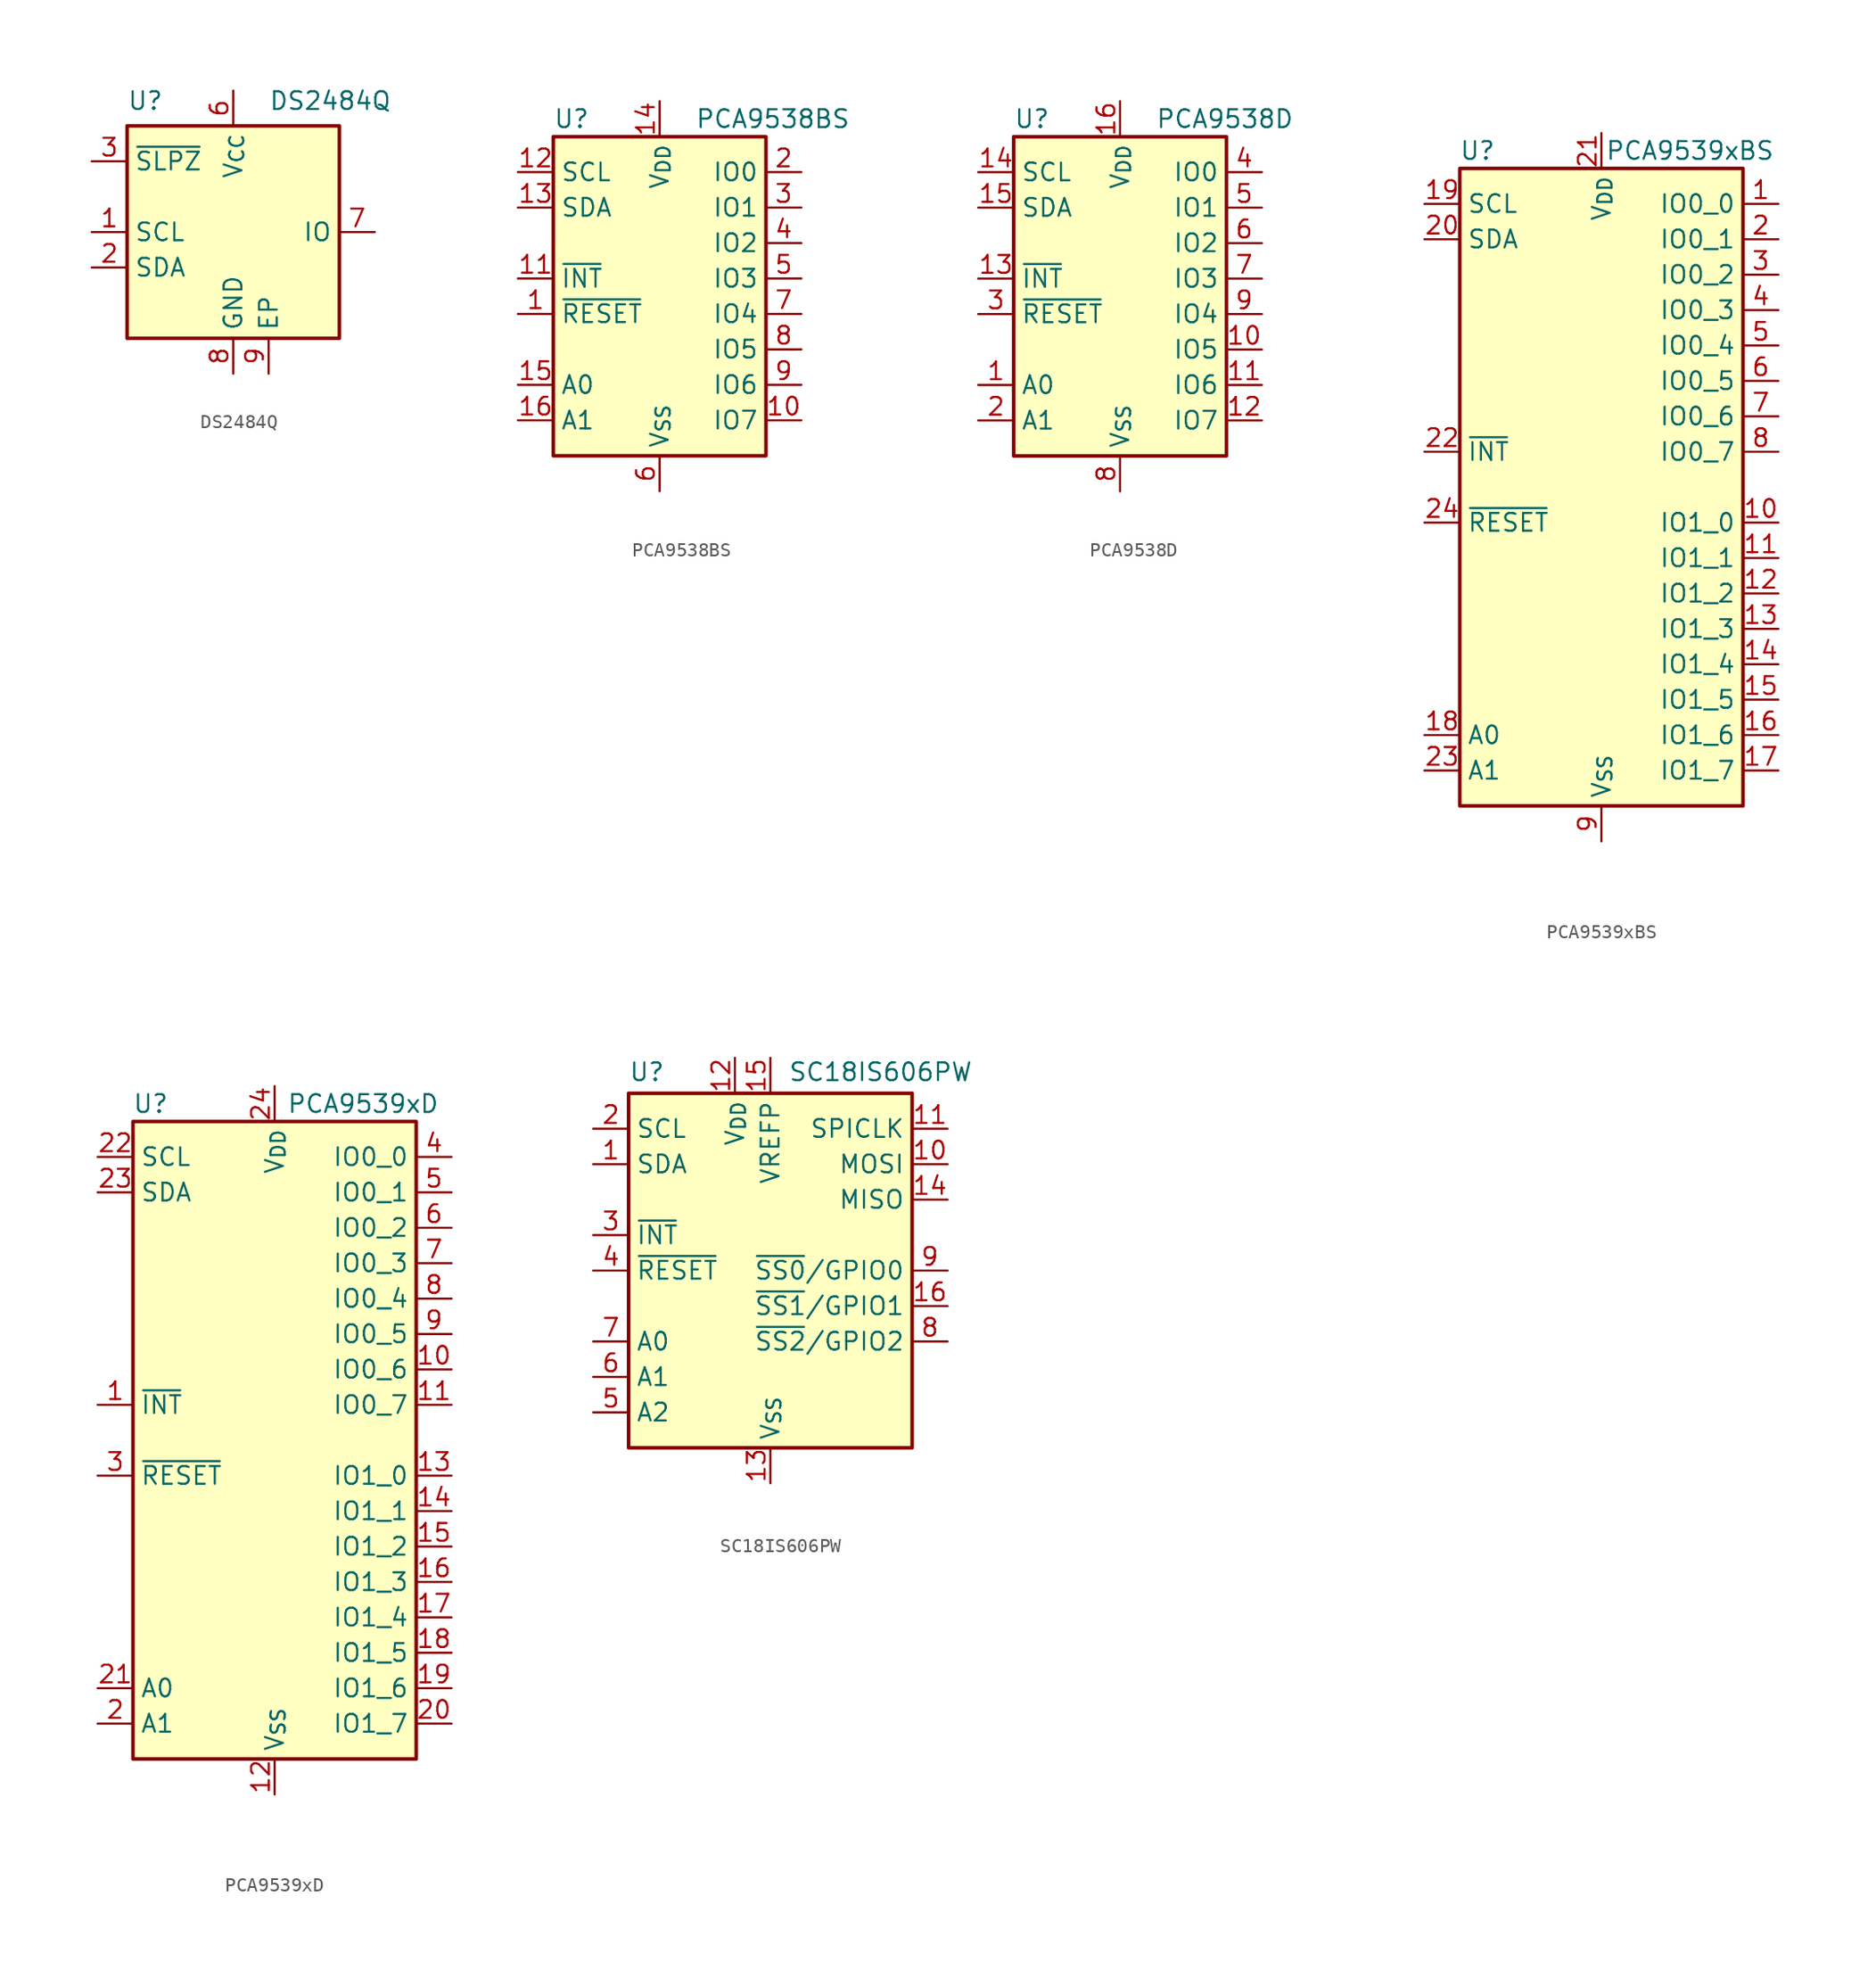
<source format=kicad_sym>
(kicad_symbol_lib
  (version 20241209)
  (generator "kicad_symbol_editor")
  (generator_version "9.0")
  (symbol "DS2484Q"
    (property "Reference" "U"
      (at -7.62 10.16 0)
      (effects (font (size 1.27 1.27)) (justify left top)))
    (property "Value" "DS2484Q"
      (at 2.54 10.16 0)
      (effects (font (size 1.27 1.27)) (justify left top)))
    (symbol "DS2484Q_1_1"
      (rectangle (start -7.62 7.62) (end 7.62 -7.62) (stroke (width 0.254) (type default)) (fill (type background)))
      (pin input line (at -10.16 5.08 0) (length 2.54) (name "~{SLPZ}" (effects (font (size 1.27 1.27)))) (number "3" (effects (font (size 1.27 1.27)))))
      (pin input line (at -10.16 0 0) (length 2.54) (name "SCL" (effects (font (size 1.27 1.27)))) (number "1" (effects (font (size 1.27 1.27)))))
      (pin bidirectional line (at -10.16 -2.54 0) (length 2.54) (name "SDA" (effects (font (size 1.27 1.27)))) (number "2" (effects (font (size 1.27 1.27)))))
      (pin power_in line (at 0 10.16 270) (length 2.54) (name "V_{CC}" (effects (font (size 1.27 1.27)))) (number "6" (effects (font (size 1.27 1.27)))))
      (pin power_in line (at 0 -10.16 90) (length 2.54) (name "GND" (effects (font (size 1.27 1.27)))) (number "8" (effects (font (size 1.27 1.27)))))
      (pin passive line (at 2.54 -10.16 90) (length 2.54) (name "EP" (effects (font (size 1.27 1.27)))) (number "9" (effects (font (size 1.27 1.27)))))
      (pin no_connect line (at 7.62 5.08 180) (length 2.54) (hide yes) (name "N.C." (effects (font (size 1.27 1.27)))) (number "4" (effects (font (size 1.27 1.27)))))
      (pin no_connect line (at 7.62 2.54 180) (length 2.54) (hide yes) (name "N.C." (effects (font (size 1.27 1.27)))) (number "5" (effects (font (size 1.27 1.27)))))
      (pin bidirectional line (at 10.16 0 180) (length 2.54) (name "IO" (effects (font (size 1.27 1.27)))) (number "7" (effects (font (size 1.27 1.27)))))))
  (symbol "PCA9538BS"
    (property "Reference" "U"
      (at -7.62 13.97 0)
      (effects (font (size 1.27 1.27)) (justify left)))
    (property "Value" "PCA9538BS"
      (at 2.54 13.97 0)
      (effects (font (size 1.27 1.27)) (justify left)))
    (symbol "PCA9538BS_0_1"
      (rectangle (start -7.62 12.7) (end 7.62 -10.16) (stroke (width 0.254) (type default)) (fill (type background))))
    (symbol "PCA9538BS_1_1"
      (pin input line (at -10.16 10.16 0) (length 2.54) (name "SCL" (effects (font (size 1.27 1.27)))) (number "12" (effects (font (size 1.27 1.27)))))
      (pin bidirectional line (at -10.16 7.62 0) (length 2.54) (name "SDA" (effects (font (size 1.27 1.27)))) (number "13" (effects (font (size 1.27 1.27)))))
      (pin open_collector line (at -10.16 2.54 0) (length 2.54) (name "~{INT}" (effects (font (size 1.27 1.27)))) (number "11" (effects (font (size 1.27 1.27)))))
      (pin input line (at -10.16 0 0) (length 2.54) (name "~{RESET}" (effects (font (size 1.27 1.27)))) (number "1" (effects (font (size 1.27 1.27)))))
      (pin input line (at -10.16 -5.08 0) (length 2.54) (name "A0" (effects (font (size 1.27 1.27)))) (number "15" (effects (font (size 1.27 1.27)))))
      (pin input line (at -10.16 -7.62 0) (length 2.54) (name "A1" (effects (font (size 1.27 1.27)))) (number "16" (effects (font (size 1.27 1.27)))))
      (pin power_in line (at 0 15.24 270) (length 2.54) (name "V_{DD}" (effects (font (size 1.27 1.27)))) (number "14" (effects (font (size 1.27 1.27)))))
      (pin passive line (at 0 -12.7 90) (length 2.54) (hide yes) (name "V_{SS}" (effects (font (size 1.27 1.27)))) (number "17" (effects (font (size 1.27 1.27)))))
      (pin power_in line (at 0 -12.7 90) (length 2.54) (name "V_{SS}" (effects (font (size 1.27 1.27)))) (number "6" (effects (font (size 1.27 1.27)))))
      (pin bidirectional line (at 10.16 10.16 180) (length 2.54) (name "IO0" (effects (font (size 1.27 1.27)))) (number "2" (effects (font (size 1.27 1.27)))))
      (pin bidirectional line (at 10.16 7.62 180) (length 2.54) (name "IO1" (effects (font (size 1.27 1.27)))) (number "3" (effects (font (size 1.27 1.27)))))
      (pin bidirectional line (at 10.16 5.08 180) (length 2.54) (name "IO2" (effects (font (size 1.27 1.27)))) (number "4" (effects (font (size 1.27 1.27)))))
      (pin bidirectional line (at 10.16 2.54 180) (length 2.54) (name "IO3" (effects (font (size 1.27 1.27)))) (number "5" (effects (font (size 1.27 1.27)))))
      (pin bidirectional line (at 10.16 0 180) (length 2.54) (name "IO4" (effects (font (size 1.27 1.27)))) (number "7" (effects (font (size 1.27 1.27)))))
      (pin bidirectional line (at 10.16 -2.54 180) (length 2.54) (name "IO5" (effects (font (size 1.27 1.27)))) (number "8" (effects (font (size 1.27 1.27)))))
      (pin bidirectional line (at 10.16 -5.08 180) (length 2.54) (name "IO6" (effects (font (size 1.27 1.27)))) (number "9" (effects (font (size 1.27 1.27)))))
      (pin bidirectional line (at 10.16 -7.62 180) (length 2.54) (name "IO7" (effects (font (size 1.27 1.27)))) (number "10" (effects (font (size 1.27 1.27)))))))
  (symbol "PCA9538D"
    (property "Reference" "U"
      (at -7.62 13.97 0)
      (effects (font (size 1.27 1.27)) (justify left)))
    (property "Value" "PCA9538D"
      (at 2.54 13.97 0)
      (effects (font (size 1.27 1.27)) (justify left)))
    (symbol "PCA9538D_0_1"
      (rectangle (start -7.62 12.7) (end 7.62 -10.16) (stroke (width 0.254) (type default)) (fill (type background))))
    (symbol "PCA9538D_1_1"
      (pin input line (at -10.16 10.16 0) (length 2.54) (name "SCL" (effects (font (size 1.27 1.27)))) (number "14" (effects (font (size 1.27 1.27)))))
      (pin bidirectional line (at -10.16 7.62 0) (length 2.54) (name "SDA" (effects (font (size 1.27 1.27)))) (number "15" (effects (font (size 1.27 1.27)))))
      (pin open_collector line (at -10.16 2.54 0) (length 2.54) (name "~{INT}" (effects (font (size 1.27 1.27)))) (number "13" (effects (font (size 1.27 1.27)))))
      (pin input line (at -10.16 0 0) (length 2.54) (name "~{RESET}" (effects (font (size 1.27 1.27)))) (number "3" (effects (font (size 1.27 1.27)))))
      (pin input line (at -10.16 -5.08 0) (length 2.54) (name "A0" (effects (font (size 1.27 1.27)))) (number "1" (effects (font (size 1.27 1.27)))))
      (pin input line (at -10.16 -7.62 0) (length 2.54) (name "A1" (effects (font (size 1.27 1.27)))) (number "2" (effects (font (size 1.27 1.27)))))
      (pin power_in line (at 0 15.24 270) (length 2.54) (name "V_{DD}" (effects (font (size 1.27 1.27)))) (number "16" (effects (font (size 1.27 1.27)))))
      (pin power_in line (at 0 -12.7 90) (length 2.54) (name "V_{SS}" (effects (font (size 1.27 1.27)))) (number "8" (effects (font (size 1.27 1.27)))))
      (pin bidirectional line (at 10.16 10.16 180) (length 2.54) (name "IO0" (effects (font (size 1.27 1.27)))) (number "4" (effects (font (size 1.27 1.27)))))
      (pin bidirectional line (at 10.16 7.62 180) (length 2.54) (name "IO1" (effects (font (size 1.27 1.27)))) (number "5" (effects (font (size 1.27 1.27)))))
      (pin bidirectional line (at 10.16 5.08 180) (length 2.54) (name "IO2" (effects (font (size 1.27 1.27)))) (number "6" (effects (font (size 1.27 1.27)))))
      (pin bidirectional line (at 10.16 2.54 180) (length 2.54) (name "IO3" (effects (font (size 1.27 1.27)))) (number "7" (effects (font (size 1.27 1.27)))))
      (pin bidirectional line (at 10.16 0 180) (length 2.54) (name "IO4" (effects (font (size 1.27 1.27)))) (number "9" (effects (font (size 1.27 1.27)))))
      (pin bidirectional line (at 10.16 -2.54 180) (length 2.54) (name "IO5" (effects (font (size 1.27 1.27)))) (number "10" (effects (font (size 1.27 1.27)))))
      (pin bidirectional line (at 10.16 -5.08 180) (length 2.54) (name "IO6" (effects (font (size 1.27 1.27)))) (number "11" (effects (font (size 1.27 1.27)))))
      (pin bidirectional line (at 10.16 -7.62 180) (length 2.54) (name "IO7" (effects (font (size 1.27 1.27)))) (number "12" (effects (font (size 1.27 1.27)))))))
  (symbol "PCA9539xBS"
    (property "Reference" "U"
      (at -8.89 24.13 0)
      (effects (font (size 1.27 1.27))))
    (property "Value" "PCA9539xBS"
      (at 6.35 24.13 0)
      (effects (font (size 1.27 1.27))))
    (symbol "PCA9539xBS_0_1"
      (rectangle (start -10.16 22.86) (end 10.16 -22.86) (stroke (width 0.254) (type default)) (fill (type background))))
    (symbol "PCA9539xBS_1_1"
      (pin input line (at -12.7 20.32 0) (length 2.54) (name "SCL" (effects (font (size 1.27 1.27)))) (number "19" (effects (font (size 1.27 1.27)))))
      (pin bidirectional line (at -12.7 17.78 0) (length 2.54) (name "SDA" (effects (font (size 1.27 1.27)))) (number "20" (effects (font (size 1.27 1.27)))))
      (pin open_collector line (at -12.7 2.54 0) (length 2.54) (name "~{INT}" (effects (font (size 1.27 1.27)))) (number "22" (effects (font (size 1.27 1.27)))))
      (pin input line (at -12.7 -2.54 0) (length 2.54) (name "~{RESET}" (effects (font (size 1.27 1.27)))) (number "24" (effects (font (size 1.27 1.27)))))
      (pin input line (at -12.7 -17.78 0) (length 2.54) (name "A0" (effects (font (size 1.27 1.27)))) (number "18" (effects (font (size 1.27 1.27)))))
      (pin input line (at -12.7 -20.32 0) (length 2.54) (name "A1" (effects (font (size 1.27 1.27)))) (number "23" (effects (font (size 1.27 1.27)))))
      (pin power_in line (at 0 25.4 270) (length 2.54) (name "V_{DD}" (effects (font (size 1.27 1.27)))) (number "21" (effects (font (size 1.27 1.27)))))
      (pin passive line (at 0 -25.4 90) (length 2.54) (hide yes) (name "V_{SS}" (effects (font (size 1.27 1.27)))) (number "25" (effects (font (size 1.27 1.27)))))
      (pin power_in line (at 0 -25.4 90) (length 2.54) (name "V_{SS}" (effects (font (size 1.27 1.27)))) (number "9" (effects (font (size 1.27 1.27)))))
      (pin bidirectional line (at 12.7 20.32 180) (length 2.54) (name "IO0_0" (effects (font (size 1.27 1.27)))) (number "1" (effects (font (size 1.27 1.27)))))
      (pin bidirectional line (at 12.7 17.78 180) (length 2.54) (name "IO0_1" (effects (font (size 1.27 1.27)))) (number "2" (effects (font (size 1.27 1.27)))))
      (pin bidirectional line (at 12.7 15.24 180) (length 2.54) (name "IO0_2" (effects (font (size 1.27 1.27)))) (number "3" (effects (font (size 1.27 1.27)))))
      (pin bidirectional line (at 12.7 12.7 180) (length 2.54) (name "IO0_3" (effects (font (size 1.27 1.27)))) (number "4" (effects (font (size 1.27 1.27)))))
      (pin bidirectional line (at 12.7 10.16 180) (length 2.54) (name "IO0_4" (effects (font (size 1.27 1.27)))) (number "5" (effects (font (size 1.27 1.27)))))
      (pin bidirectional line (at 12.7 7.62 180) (length 2.54) (name "IO0_5" (effects (font (size 1.27 1.27)))) (number "6" (effects (font (size 1.27 1.27)))))
      (pin bidirectional line (at 12.7 5.08 180) (length 2.54) (name "IO0_6" (effects (font (size 1.27 1.27)))) (number "7" (effects (font (size 1.27 1.27)))))
      (pin bidirectional line (at 12.7 2.54 180) (length 2.54) (name "IO0_7" (effects (font (size 1.27 1.27)))) (number "8" (effects (font (size 1.27 1.27)))))
      (pin bidirectional line (at 12.7 -2.54 180) (length 2.54) (name "IO1_0" (effects (font (size 1.27 1.27)))) (number "10" (effects (font (size 1.27 1.27)))))
      (pin bidirectional line (at 12.7 -5.08 180) (length 2.54) (name "IO1_1" (effects (font (size 1.27 1.27)))) (number "11" (effects (font (size 1.27 1.27)))))
      (pin bidirectional line (at 12.7 -7.62 180) (length 2.54) (name "IO1_2" (effects (font (size 1.27 1.27)))) (number "12" (effects (font (size 1.27 1.27)))))
      (pin bidirectional line (at 12.7 -10.16 180) (length 2.54) (name "IO1_3" (effects (font (size 1.27 1.27)))) (number "13" (effects (font (size 1.27 1.27)))))
      (pin bidirectional line (at 12.7 -12.7 180) (length 2.54) (name "IO1_4" (effects (font (size 1.27 1.27)))) (number "14" (effects (font (size 1.27 1.27)))))
      (pin bidirectional line (at 12.7 -15.24 180) (length 2.54) (name "IO1_5" (effects (font (size 1.27 1.27)))) (number "15" (effects (font (size 1.27 1.27)))))
      (pin bidirectional line (at 12.7 -17.78 180) (length 2.54) (name "IO1_6" (effects (font (size 1.27 1.27)))) (number "16" (effects (font (size 1.27 1.27)))))
      (pin bidirectional line (at 12.7 -20.32 180) (length 2.54) (name "IO1_7" (effects (font (size 1.27 1.27)))) (number "17" (effects (font (size 1.27 1.27)))))))
  (symbol "PCA9539xD"
    (property "Reference" "U"
      (at -8.89 24.13 0)
      (effects (font (size 1.27 1.27))))
    (property "Value" "PCA9539xD"
      (at 6.35 24.13 0)
      (effects (font (size 1.27 1.27))))
    (symbol "PCA9539xD_0_1"
      (rectangle (start -10.16 22.86) (end 10.16 -22.86) (stroke (width 0.254) (type default)) (fill (type background))))
    (symbol "PCA9539xD_1_1"
      (pin input line (at -12.7 20.32 0) (length 2.54) (name "SCL" (effects (font (size 1.27 1.27)))) (number "22" (effects (font (size 1.27 1.27)))))
      (pin bidirectional line (at -12.7 17.78 0) (length 2.54) (name "SDA" (effects (font (size 1.27 1.27)))) (number "23" (effects (font (size 1.27 1.27)))))
      (pin open_collector line (at -12.7 2.54 0) (length 2.54) (name "~{INT}" (effects (font (size 1.27 1.27)))) (number "1" (effects (font (size 1.27 1.27)))))
      (pin input line (at -12.7 -2.54 0) (length 2.54) (name "~{RESET}" (effects (font (size 1.27 1.27)))) (number "3" (effects (font (size 1.27 1.27)))))
      (pin input line (at -12.7 -17.78 0) (length 2.54) (name "A0" (effects (font (size 1.27 1.27)))) (number "21" (effects (font (size 1.27 1.27)))))
      (pin input line (at -12.7 -20.32 0) (length 2.54) (name "A1" (effects (font (size 1.27 1.27)))) (number "2" (effects (font (size 1.27 1.27)))))
      (pin power_in line (at 0 25.4 270) (length 2.54) (name "V_{DD}" (effects (font (size 1.27 1.27)))) (number "24" (effects (font (size 1.27 1.27)))))
      (pin power_in line (at 0 -25.4 90) (length 2.54) (name "V_{SS}" (effects (font (size 1.27 1.27)))) (number "12" (effects (font (size 1.27 1.27)))))
      (pin bidirectional line (at 12.7 20.32 180) (length 2.54) (name "IO0_0" (effects (font (size 1.27 1.27)))) (number "4" (effects (font (size 1.27 1.27)))))
      (pin bidirectional line (at 12.7 17.78 180) (length 2.54) (name "IO0_1" (effects (font (size 1.27 1.27)))) (number "5" (effects (font (size 1.27 1.27)))))
      (pin bidirectional line (at 12.7 15.24 180) (length 2.54) (name "IO0_2" (effects (font (size 1.27 1.27)))) (number "6" (effects (font (size 1.27 1.27)))))
      (pin bidirectional line (at 12.7 12.7 180) (length 2.54) (name "IO0_3" (effects (font (size 1.27 1.27)))) (number "7" (effects (font (size 1.27 1.27)))))
      (pin bidirectional line (at 12.7 10.16 180) (length 2.54) (name "IO0_4" (effects (font (size 1.27 1.27)))) (number "8" (effects (font (size 1.27 1.27)))))
      (pin bidirectional line (at 12.7 7.62 180) (length 2.54) (name "IO0_5" (effects (font (size 1.27 1.27)))) (number "9" (effects (font (size 1.27 1.27)))))
      (pin bidirectional line (at 12.7 5.08 180) (length 2.54) (name "IO0_6" (effects (font (size 1.27 1.27)))) (number "10" (effects (font (size 1.27 1.27)))))
      (pin bidirectional line (at 12.7 2.54 180) (length 2.54) (name "IO0_7" (effects (font (size 1.27 1.27)))) (number "11" (effects (font (size 1.27 1.27)))))
      (pin bidirectional line (at 12.7 -2.54 180) (length 2.54) (name "IO1_0" (effects (font (size 1.27 1.27)))) (number "13" (effects (font (size 1.27 1.27)))))
      (pin bidirectional line (at 12.7 -5.08 180) (length 2.54) (name "IO1_1" (effects (font (size 1.27 1.27)))) (number "14" (effects (font (size 1.27 1.27)))))
      (pin bidirectional line (at 12.7 -7.62 180) (length 2.54) (name "IO1_2" (effects (font (size 1.27 1.27)))) (number "15" (effects (font (size 1.27 1.27)))))
      (pin bidirectional line (at 12.7 -10.16 180) (length 2.54) (name "IO1_3" (effects (font (size 1.27 1.27)))) (number "16" (effects (font (size 1.27 1.27)))))
      (pin bidirectional line (at 12.7 -12.7 180) (length 2.54) (name "IO1_4" (effects (font (size 1.27 1.27)))) (number "17" (effects (font (size 1.27 1.27)))))
      (pin bidirectional line (at 12.7 -15.24 180) (length 2.54) (name "IO1_5" (effects (font (size 1.27 1.27)))) (number "18" (effects (font (size 1.27 1.27)))))
      (pin bidirectional line (at 12.7 -17.78 180) (length 2.54) (name "IO1_6" (effects (font (size 1.27 1.27)))) (number "19" (effects (font (size 1.27 1.27)))))
      (pin bidirectional line (at 12.7 -20.32 180) (length 2.54) (name "IO1_7" (effects (font (size 1.27 1.27)))) (number "20" (effects (font (size 1.27 1.27)))))))
  (symbol "SC18IS606PW"
    (property "Reference" "U"
      (at -10.16 14.224 0)
      (effects (font (size 1.27 1.27)) (justify left)))
    (property "Value" "SC18IS606PW"
      (at 1.27 14.224 0)
      (effects (font (size 1.27 1.27)) (justify left)))
    (symbol "SC18IS606PW_1_1"
      (rectangle (start -10.16 12.7) (end 10.16 -12.7) (stroke (width 0.254) (type solid)) (fill (type background)))
      (pin input line (at -12.7 10.16 0) (length 2.54) (name "SCL" (effects (font (size 1.27 1.27)))) (number "2" (effects (font (size 1.27 1.27)))))
      (pin bidirectional line (at -12.7 7.62 0) (length 2.54) (name "SDA" (effects (font (size 1.27 1.27)))) (number "1" (effects (font (size 1.27 1.27)))))
      (pin open_collector line (at -12.7 2.54 0) (length 2.54) (name "~{INT}" (effects (font (size 1.27 1.27)))) (number "3" (effects (font (size 1.27 1.27)))))
      (pin input line (at -12.7 0 0) (length 2.54) (name "~{RESET}" (effects (font (size 1.27 1.27)))) (number "4" (effects (font (size 1.27 1.27)))))
      (pin input line (at -12.7 -5.08 0) (length 2.54) (name "A0" (effects (font (size 1.27 1.27)))) (number "7" (effects (font (size 1.27 1.27)))))
      (pin input line (at -12.7 -7.62 0) (length 2.54) (name "A1" (effects (font (size 1.27 1.27)))) (number "6" (effects (font (size 1.27 1.27)))))
      (pin input line (at -12.7 -10.16 0) (length 2.54) (name "A2" (effects (font (size 1.27 1.27)))) (number "5" (effects (font (size 1.27 1.27)))))
      (pin power_in line (at -2.54 15.24 270) (length 2.54) (name "V_{DD}" (effects (font (size 1.27 1.27)))) (number "12" (effects (font (size 1.27 1.27)))))
      (pin input line (at 0 15.24 270) (length 2.54) (name "VREFP" (effects (font (size 1.27 1.27)))) (number "15" (effects (font (size 1.27 1.27)))))
      (pin power_in line (at 0 -15.24 90) (length 2.54) (name "V_{SS}" (effects (font (size 1.27 1.27)))) (number "13" (effects (font (size 1.27 1.27)))))
      (pin output line (at 12.7 10.16 180) (length 2.54) (name "SPICLK" (effects (font (size 1.27 1.27)))) (number "11" (effects (font (size 1.27 1.27)))))
      (pin output line (at 12.7 7.62 180) (length 2.54) (name "MOSI" (effects (font (size 1.27 1.27)))) (number "10" (effects (font (size 1.27 1.27)))))
      (pin input line (at 12.7 5.08 180) (length 2.54) (name "MISO" (effects (font (size 1.27 1.27)))) (number "14" (effects (font (size 1.27 1.27)))))
      (pin bidirectional line (at 12.7 0 180) (length 2.54) (name "~{SS0}/GPIO0" (effects (font (size 1.27 1.27)))) (number "9" (effects (font (size 1.27 1.27)))) (alternate "GPIO0" bidirectional line) (alternate "~{SS0}" output line))
      (pin bidirectional line (at 12.7 -2.54 180) (length 2.54) (name "~{SS1}/GPIO1" (effects (font (size 1.27 1.27)))) (number "16" (effects (font (size 1.27 1.27)))) (alternate "GPIO1" bidirectional line) (alternate "~{SS1}" output line))
      (pin bidirectional line (at 12.7 -5.08 180) (length 2.54) (name "~{SS2}/GPIO2" (effects (font (size 1.27 1.27)))) (number "8" (effects (font (size 1.27 1.27)))) (alternate "GPIO2" bidirectional line) (alternate "~{SS2}" output line)))))
</source>
